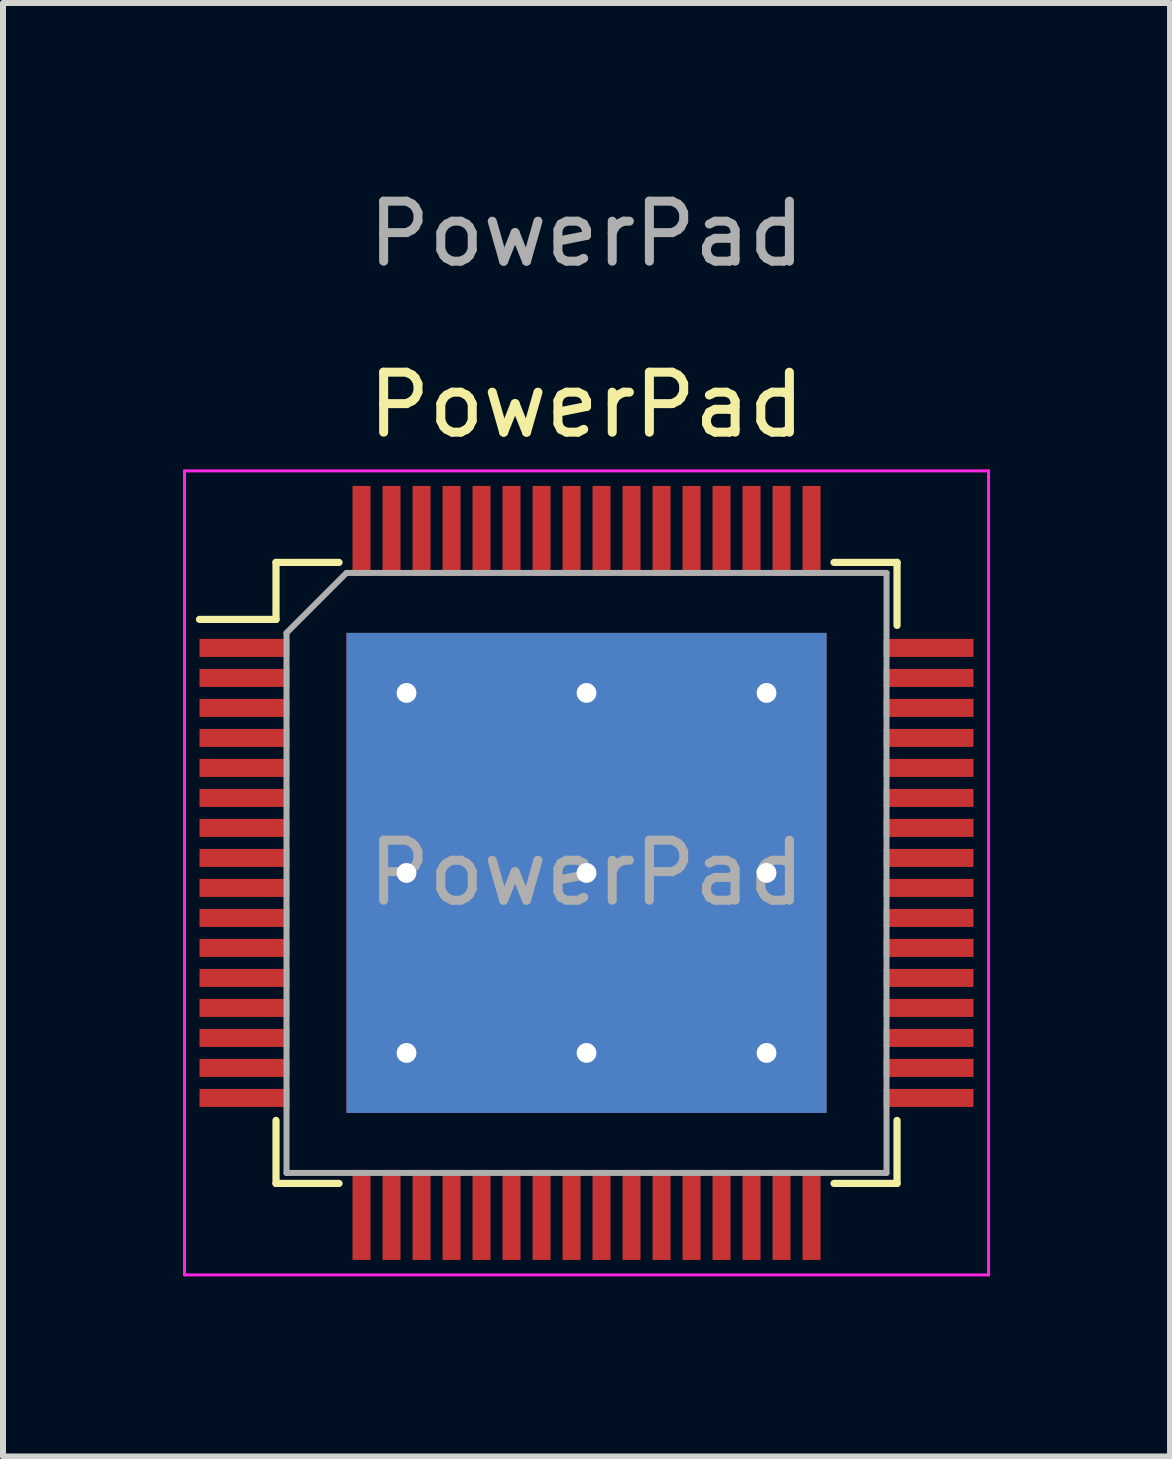
<source format=kicad_pcb>
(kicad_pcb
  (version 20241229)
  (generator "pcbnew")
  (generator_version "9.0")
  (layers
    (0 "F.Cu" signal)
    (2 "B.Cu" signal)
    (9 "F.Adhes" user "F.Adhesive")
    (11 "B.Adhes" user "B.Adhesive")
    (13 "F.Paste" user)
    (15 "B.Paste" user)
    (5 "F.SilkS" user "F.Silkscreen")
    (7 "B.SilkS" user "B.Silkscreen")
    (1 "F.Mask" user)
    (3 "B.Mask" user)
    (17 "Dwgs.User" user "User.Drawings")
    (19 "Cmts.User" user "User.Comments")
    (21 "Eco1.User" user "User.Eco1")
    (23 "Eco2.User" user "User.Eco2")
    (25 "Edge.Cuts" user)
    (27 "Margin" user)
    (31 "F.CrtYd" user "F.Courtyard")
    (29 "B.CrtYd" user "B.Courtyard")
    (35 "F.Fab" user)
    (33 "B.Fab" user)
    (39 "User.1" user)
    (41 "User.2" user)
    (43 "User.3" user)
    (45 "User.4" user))
  (footprint "PowerPad"
    (layer "F.Cu")
    (at 6.725 11.098)
    (property "Reference" "PowerPad" (at 0 -7.4 0) (unlocked yes) (layer "F.SilkS") (effects (font (size 1 1) (thickness 0.15))))
    (attr smd)
    (fp_line (start -5.175 -4.775) (end -5.175 -3.825) (stroke (width 0.12) (type solid)) (layer "F.SilkS"))
    (fp_line (start -5.175 -4.775) (end -4.125 -4.775) (stroke (width 0.12) (type solid)) (layer "F.SilkS"))
    (fp_line (start -5.175 -3.825) (end -6.45 -3.825) (stroke (width 0.12) (type solid)) (layer "F.SilkS"))
    (fp_line (start -5.175 5.575) (end -5.175 4.525) (stroke (width 0.12) (type solid)) (layer "F.SilkS"))
    (fp_line (start -5.175 5.575) (end -4.125 5.575) (stroke (width 0.12) (type solid)) (layer "F.SilkS"))
    (fp_line (start 5.175 -4.775) (end 4.125 -4.775) (stroke (width 0.12) (type solid)) (layer "F.SilkS"))
    (fp_line (start 5.175 -4.775) (end 5.175 -3.725) (stroke (width 0.12) (type solid)) (layer "F.SilkS"))
    (fp_line (start 5.175 5.575) (end 4.125 5.575) (stroke (width 0.12) (type solid)) (layer "F.SilkS"))
    (fp_line (start 5.175 5.575) (end 5.175 4.525) (stroke (width 0.12) (type solid)) (layer "F.SilkS"))
    (fp_line (start -6.7 -6.3) (end -6.7 7.1) (stroke (width 0.05) (type solid)) (layer "F.CrtYd"))
    (fp_line (start -6.7 -6.3) (end 6.7 -6.3) (stroke (width 0.05) (type solid)) (layer "F.CrtYd"))
    (fp_line (start -6.7 7.1) (end 6.7 7.1) (stroke (width 0.05) (type solid)) (layer "F.CrtYd"))
    (fp_line (start 6.7 -6.3) (end 6.7 7.1) (stroke (width 0.05) (type solid)) (layer "F.CrtYd"))
    (fp_line (start -5 -3.6) (end -4 -4.6) (stroke (width 0.1) (type solid)) (layer "F.Fab"))
    (fp_line (start -5 5.4) (end -5 -3.6) (stroke (width 0.1) (type solid)) (layer "F.Fab"))
    (fp_line (start -4 -4.6) (end 5 -4.6) (stroke (width 0.1) (type solid)) (layer "F.Fab"))
    (fp_line (start 5 -4.6) (end 5 5.4) (stroke (width 0.1) (type solid)) (layer "F.Fab"))
    (fp_line (start 5 5.4) (end -5 5.4) (stroke (width 0.1) (type solid)) (layer "F.Fab"))
    (fp_text user "${REFERENCE}" (at 0 0.4 0) (layer "F.Fab") (effects (font (size 1 1) (thickness 0.15))))
    (fp_text user "${REFERENCE}" (at 0 -10.25 0) (unlocked yes) (layer "F.Fab") (effects (font (size 1 1) (thickness 0.15))))
    (pad "" smd rect (at 0 0.4 180) (size 7 7) (layers "F.Mask"))
    (pad "" smd rect (at 0 0.4 180) (size 7 7) (layers "F.Paste"))
    (pad "1" smd rect (at -5.7 -3.35) (size 1.5 0.3) (layers "F.Cu" "F.Mask" "F.Paste"))
    (pad "2" smd rect (at -5.7 -2.85) (size 1.5 0.3) (layers "F.Cu" "F.Mask" "F.Paste"))
    (pad "3" smd rect (at -5.7 -2.35) (size 1.5 0.3) (layers "F.Cu" "F.Mask" "F.Paste"))
    (pad "4" smd rect (at -5.7 -1.85) (size 1.5 0.3) (layers "F.Cu" "F.Mask" "F.Paste"))
    (pad "5" smd rect (at -5.7 -1.35) (size 1.5 0.3) (layers "F.Cu" "F.Mask" "F.Paste"))
    (pad "6" smd rect (at -5.7 -0.85) (size 1.5 0.3) (layers "F.Cu" "F.Mask" "F.Paste"))
    (pad "7" smd rect (at -5.7 -0.35) (size 1.5 0.3) (layers "F.Cu" "F.Mask" "F.Paste"))
    (pad "8" smd rect (at -5.7 0.15) (size 1.5 0.3) (layers "F.Cu" "F.Mask" "F.Paste"))
    (pad "9" smd rect (at -5.7 0.65) (size 1.5 0.3) (layers "F.Cu" "F.Mask" "F.Paste"))
    (pad "10" smd rect (at -5.7 1.15) (size 1.5 0.3) (layers "F.Cu" "F.Mask" "F.Paste"))
    (pad "11" smd rect (at -5.7 1.65) (size 1.5 0.3) (layers "F.Cu" "F.Mask" "F.Paste"))
    (pad "12" smd rect (at -5.7 2.15) (size 1.5 0.3) (layers "F.Cu" "F.Mask" "F.Paste"))
    (pad "13" smd rect (at -5.7 2.65) (size 1.5 0.3) (layers "F.Cu" "F.Mask" "F.Paste"))
    (pad "14" smd rect (at -5.7 3.15) (size 1.5 0.3) (layers "F.Cu" "F.Mask" "F.Paste"))
    (pad "15" smd rect (at -5.7 3.65) (size 1.5 0.3) (layers "F.Cu" "F.Mask" "F.Paste"))
    (pad "16" smd rect (at -5.7 4.15) (size 1.5 0.3) (layers "F.Cu" "F.Mask" "F.Paste"))
    (pad "17" smd rect (at -3.75 6.1 90) (size 1.5 0.3) (layers "F.Cu" "F.Mask" "F.Paste"))
    (pad "18" smd rect (at -3.25 6.1 90) (size 1.5 0.3) (layers "F.Cu" "F.Mask" "F.Paste"))
    (pad "19" smd rect (at -2.75 6.1 90) (size 1.5 0.3) (layers "F.Cu" "F.Mask" "F.Paste"))
    (pad "20" smd rect (at -2.25 6.1 90) (size 1.5 0.3) (layers "F.Cu" "F.Mask" "F.Paste"))
    (pad "21" smd rect (at -1.75 6.1 90) (size 1.5 0.3) (layers "F.Cu" "F.Mask" "F.Paste"))
    (pad "22" smd rect (at -1.25 6.1 90) (size 1.5 0.3) (layers "F.Cu" "F.Mask" "F.Paste"))
    (pad "23" smd rect (at -0.75 6.1 90) (size 1.5 0.3) (layers "F.Cu" "F.Mask" "F.Paste"))
    (pad "24" smd rect (at -0.25 6.1 90) (size 1.5 0.3) (layers "F.Cu" "F.Mask" "F.Paste"))
    (pad "25" smd rect (at 0.25 6.1 90) (size 1.5 0.3) (layers "F.Cu" "F.Mask" "F.Paste"))
    (pad "26" smd rect (at 0.75 6.1 90) (size 1.5 0.3) (layers "F.Cu" "F.Mask" "F.Paste"))
    (pad "27" smd rect (at 1.25 6.1 90) (size 1.5 0.3) (layers "F.Cu" "F.Mask" "F.Paste"))
    (pad "28" smd rect (at 1.75 6.1 90) (size 1.5 0.3) (layers "F.Cu" "F.Mask" "F.Paste"))
    (pad "29" smd rect (at 2.25 6.1 90) (size 1.5 0.3) (layers "F.Cu" "F.Mask" "F.Paste"))
    (pad "30" smd rect (at 2.75 6.1 90) (size 1.5 0.3) (layers "F.Cu" "F.Mask" "F.Paste"))
    (pad "31" smd rect (at 3.25 6.1 90) (size 1.5 0.3) (layers "F.Cu" "F.Mask" "F.Paste"))
    (pad "32" smd rect (at 3.75 6.1 90) (size 1.5 0.3) (layers "F.Cu" "F.Mask" "F.Paste"))
    (pad "33" smd rect (at 5.7 4.15) (size 1.5 0.3) (layers "F.Cu" "F.Mask" "F.Paste"))
    (pad "34" smd rect (at 5.7 3.65) (size 1.5 0.3) (layers "F.Cu" "F.Mask" "F.Paste"))
    (pad "35" smd rect (at 5.7 3.15) (size 1.5 0.3) (layers "F.Cu" "F.Mask" "F.Paste"))
    (pad "36" smd rect (at 5.7 2.65) (size 1.5 0.3) (layers "F.Cu" "F.Mask" "F.Paste"))
    (pad "37" smd rect (at 5.7 2.15) (size 1.5 0.3) (layers "F.Cu" "F.Mask" "F.Paste"))
    (pad "38" smd rect (at 5.7 1.65) (size 1.5 0.3) (layers "F.Cu" "F.Mask" "F.Paste"))
    (pad "39" smd rect (at 5.7 1.15) (size 1.5 0.3) (layers "F.Cu" "F.Mask" "F.Paste"))
    (pad "40" smd rect (at 5.7 0.65) (size 1.5 0.3) (layers "F.Cu" "F.Mask" "F.Paste"))
    (pad "41" smd rect (at 5.7 0.15) (size 1.5 0.3) (layers "F.Cu" "F.Mask" "F.Paste"))
    (pad "42" smd rect (at 5.7 -0.35) (size 1.5 0.3) (layers "F.Cu" "F.Mask" "F.Paste"))
    (pad "43" smd rect (at 5.7 -0.85) (size 1.5 0.3) (layers "F.Cu" "F.Mask" "F.Paste"))
    (pad "44" smd rect (at 5.7 -1.35) (size 1.5 0.3) (layers "F.Cu" "F.Mask" "F.Paste"))
    (pad "45" smd rect (at 5.7 -1.85) (size 1.5 0.3) (layers "F.Cu" "F.Mask" "F.Paste"))
    (pad "46" smd rect (at 5.7 -2.35) (size 1.5 0.3) (layers "F.Cu" "F.Mask" "F.Paste"))
    (pad "47" smd rect (at 5.7 -2.85) (size 1.5 0.3) (layers "F.Cu" "F.Mask" "F.Paste"))
    (pad "48" smd rect (at 5.7 -3.35) (size 1.5 0.3) (layers "F.Cu" "F.Mask" "F.Paste"))
    (pad "49" smd rect (at 3.75 -5.3 90) (size 1.5 0.3) (layers "F.Cu" "F.Mask" "F.Paste"))
    (pad "50" smd rect (at 3.25 -5.3 90) (size 1.5 0.3) (layers "F.Cu" "F.Mask" "F.Paste"))
    (pad "51" smd rect (at 2.75 -5.3 90) (size 1.5 0.3) (layers "F.Cu" "F.Mask" "F.Paste"))
    (pad "52" smd rect (at 2.25 -5.3 90) (size 1.5 0.3) (layers "F.Cu" "F.Mask" "F.Paste"))
    (pad "53" smd rect (at 1.75 -5.3 90) (size 1.5 0.3) (layers "F.Cu" "F.Mask" "F.Paste"))
    (pad "54" smd rect (at 1.25 -5.3 90) (size 1.5 0.3) (layers "F.Cu" "F.Mask" "F.Paste"))
    (pad "55" smd rect (at 0.75 -5.3 90) (size 1.5 0.3) (layers "F.Cu" "F.Mask" "F.Paste"))
    (pad "56" smd rect (at 0.25 -5.3 90) (size 1.5 0.3) (layers "F.Cu" "F.Mask" "F.Paste"))
    (pad "57" smd rect (at -0.25 -5.3 90) (size 1.5 0.3) (layers "F.Cu" "F.Mask" "F.Paste"))
    (pad "58" smd rect (at -0.75 -5.3 90) (size 1.5 0.3) (layers "F.Cu" "F.Mask" "F.Paste"))
    (pad "59" smd rect (at -1.25 -5.3 90) (size 1.5 0.3) (layers "F.Cu" "F.Mask" "F.Paste"))
    (pad "60" smd rect (at -1.75 -5.3 90) (size 1.5 0.3) (layers "F.Cu" "F.Mask" "F.Paste"))
    (pad "61" smd rect (at -2.25 -5.3 90) (size 1.5 0.3) (layers "F.Cu" "F.Mask" "F.Paste"))
    (pad "62" smd rect (at -2.75 -5.3 90) (size 1.5 0.3) (layers "F.Cu" "F.Mask" "F.Paste"))
    (pad "63" smd rect (at -3.25 -5.3 90) (size 1.5 0.3) (layers "F.Cu" "F.Mask" "F.Paste"))
    (pad "64" smd rect (at -3.75 -5.3 90) (size 1.5 0.3) (layers "F.Cu" "F.Mask" "F.Paste"))
    (pad "65" thru_hole circle (at -3 -2.6 180) (size 0.59 0.59) (drill 0.33) (layers "*.Cu" "*.Mask"))
    (pad "65" thru_hole circle (at -3 0.4 270) (size 0.59 0.59) (drill 0.33) (layers "*.Cu" "*.Mask"))
    (pad "65" thru_hole circle (at -3 3.4 270) (size 0.59 0.59) (drill 0.33) (layers "*.Cu" "*.Mask"))
    (pad "65" thru_hole circle (at 0 -2.6 180) (size 0.59 0.59) (drill 0.33) (layers "*.Cu" "*.Mask"))
    (pad "65" thru_hole circle (at 0 0.4 270) (size 0.59 0.59) (drill 0.33) (layers "*.Cu" "*.Mask"))
    (pad "65" smd rect (at 0 0.4 180) (size 8 8) (layers "F.Cu"))
    (pad "65" smd rect (at 0 0.4 180) (size 8 8) (layers "B.Cu"))
    (pad "65" thru_hole circle (at 0 3.4 270) (size 0.59 0.59) (drill 0.33) (layers "*.Cu" "*.Mask"))
    (pad "65" thru_hole circle (at 3 -2.6 180) (size 0.59 0.59) (drill 0.33) (layers "*.Cu" "*.Mask"))
    (pad "65" thru_hole circle (at 3 0.4 270) (size 0.59 0.59) (drill 0.33) (layers "*.Cu" "*.Mask"))
    (pad "65" thru_hole circle (at 3 3.4 270) (size 0.59 0.59) (drill 0.33) (layers "*.Cu" "*.Mask")))
  (gr_rect
    (start -3 -3)
    (end 16.45 21.223)
    (stroke (width 0.1) (type default))
    (fill no)
    (layer "Edge.Cuts")))
</source>
